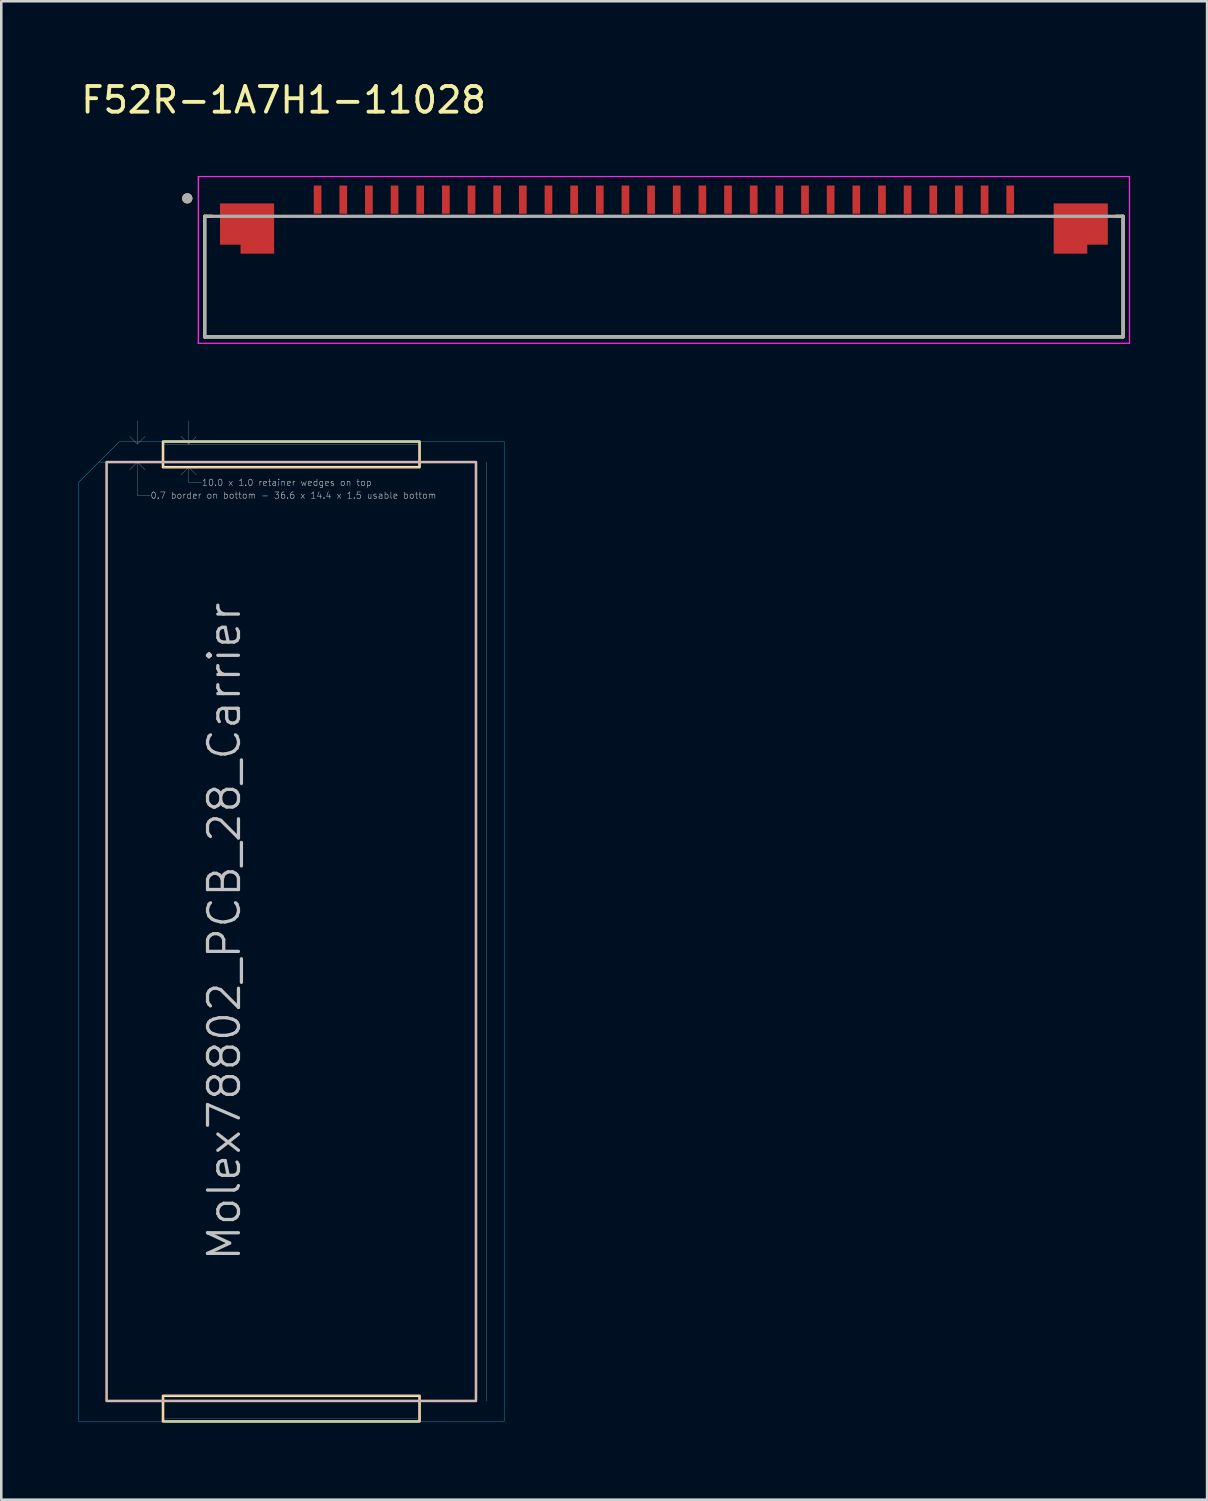
<source format=kicad_pcb>
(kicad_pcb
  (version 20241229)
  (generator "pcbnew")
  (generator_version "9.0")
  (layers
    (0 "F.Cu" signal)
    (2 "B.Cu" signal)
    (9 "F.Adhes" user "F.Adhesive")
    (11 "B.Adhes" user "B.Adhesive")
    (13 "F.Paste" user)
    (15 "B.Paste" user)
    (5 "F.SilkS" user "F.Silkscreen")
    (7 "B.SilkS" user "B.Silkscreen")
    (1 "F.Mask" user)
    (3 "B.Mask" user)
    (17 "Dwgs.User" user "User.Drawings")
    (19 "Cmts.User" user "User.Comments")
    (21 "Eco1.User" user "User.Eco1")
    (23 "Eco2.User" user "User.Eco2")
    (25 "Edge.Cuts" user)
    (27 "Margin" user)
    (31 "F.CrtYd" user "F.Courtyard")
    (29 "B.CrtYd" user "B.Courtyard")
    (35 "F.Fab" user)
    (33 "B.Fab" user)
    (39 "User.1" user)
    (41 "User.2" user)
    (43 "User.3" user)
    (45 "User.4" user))
  (footprint "F52R-1A7H1-11028"
    (layer "F.Cu")
    (at 22.831 7.733)
    (property "Reference" "F52R-1A7H1-11028" (at -14.825 -6.885 0) (layer "F.SilkS") (effects (font (size 1 1) (thickness 0.15))))
    (attr smd)
    (fp_poly (pts (xy -17.4 -2.95) (xy -17.4 -1.15) (xy -16.6 -1.15) (xy -16.6 -0.8) (xy -15.1 -0.8) (xy -15.1 -2.95)) (stroke (width 0.01) (type solid)) (fill yes) (layer "F.Mask"))
    (fp_poly (pts (xy 16.6 -0.8) (xy 15.1 -0.8) (xy 15.1 -2.95) (xy 17.4 -2.95) (xy 17.4 -1.15) (xy 16.6 -1.15)) (stroke (width 0.01) (type solid)) (fill yes) (layer "F.Mask"))
    (fp_line (start -17.9 -2.35) (end -17.62 -2.35) (stroke (width 0.127) (type solid)) (layer "F.SilkS"))
    (fp_line (start -17.9 2.35) (end -17.9 -2.35) (stroke (width 0.127) (type solid)) (layer "F.SilkS"))
    (fp_line (start 17.62 -2.35) (end 17.9 -2.35) (stroke (width 0.127) (type solid)) (layer "F.SilkS"))
    (fp_line (start 17.9 -2.35) (end 17.9 2.35) (stroke (width 0.127) (type solid)) (layer "F.SilkS"))
    (fp_line (start 17.9 2.35) (end -17.9 2.35) (stroke (width 0.127) (type solid)) (layer "F.SilkS"))
    (fp_circle (center -18.58 -3.05) (end -18.48 -3.05) (stroke (width 0.2) (type solid)) (fill no) (layer "F.SilkS"))
    (fp_poly (pts (xy -17.3 -2.85) (xy -17.3 -1.25) (xy -16.5 -1.25) (xy -16.5 -0.9) (xy -15.2 -0.9) (xy -15.2 -2.85)) (stroke (width 0.01) (type solid)) (fill yes) (layer "F.Paste"))
    (fp_poly (pts (xy 16.5 -0.9) (xy 15.2 -0.9) (xy 15.2 -2.85) (xy 17.3 -2.85) (xy 17.3 -1.25) (xy 16.5 -1.25)) (stroke (width 0.01) (type solid)) (fill yes) (layer "F.Paste"))
    (fp_line (start -18.15 -3.9) (end -18.15 2.6) (stroke (width 0.05) (type solid)) (layer "F.CrtYd"))
    (fp_line (start -18.15 2.6) (end 18.15 2.6) (stroke (width 0.05) (type solid)) (layer "F.CrtYd"))
    (fp_line (start 18.15 -3.9) (end -18.15 -3.9) (stroke (width 0.05) (type solid)) (layer "F.CrtYd"))
    (fp_line (start 18.15 2.6) (end 18.15 -3.9) (stroke (width 0.05) (type solid)) (layer "F.CrtYd"))
    (fp_line (start -17.9 -2.35) (end 17.9 -2.35) (stroke (width 0.127) (type solid)) (layer "F.Fab"))
    (fp_line (start -17.9 2.35) (end -17.9 -2.35) (stroke (width 0.127) (type solid)) (layer "F.Fab"))
    (fp_line (start 17.9 -2.35) (end 17.9 2.35) (stroke (width 0.127) (type solid)) (layer "F.Fab"))
    (fp_line (start 17.9 2.35) (end -17.9 2.35) (stroke (width 0.127) (type solid)) (layer "F.Fab"))
    (fp_circle (center -18.58 -3.05) (end -18.48 -3.05) (stroke (width 0.2) (type solid)) (fill no) (layer "F.Fab"))
    (pad "1" smd rect (at -13.5 -3) (size 0.3 1.1) (layers "F.Cu" "F.Mask" "F.Paste"))
    (pad "2" smd rect (at -12.5 -3) (size 0.3 1.1) (layers "F.Cu" "F.Mask" "F.Paste"))
    (pad "3" smd rect (at -11.5 -3) (size 0.3 1.1) (layers "F.Cu" "F.Mask" "F.Paste"))
    (pad "4" smd rect (at -10.5 -3) (size 0.3 1.1) (layers "F.Cu" "F.Mask" "F.Paste"))
    (pad "5" smd rect (at -9.5 -3) (size 0.3 1.1) (layers "F.Cu" "F.Mask" "F.Paste"))
    (pad "6" smd rect (at -8.5 -3) (size 0.3 1.1) (layers "F.Cu" "F.Mask" "F.Paste"))
    (pad "7" smd rect (at -7.5 -3) (size 0.3 1.1) (layers "F.Cu" "F.Mask" "F.Paste"))
    (pad "8" smd rect (at -6.5 -3) (size 0.3 1.1) (layers "F.Cu" "F.Mask" "F.Paste"))
    (pad "9" smd rect (at -5.5 -3) (size 0.3 1.1) (layers "F.Cu" "F.Mask" "F.Paste"))
    (pad "10" smd rect (at -4.5 -3) (size 0.3 1.1) (layers "F.Cu" "F.Mask" "F.Paste"))
    (pad "11" smd rect (at -3.5 -3) (size 0.3 1.1) (layers "F.Cu" "F.Mask" "F.Paste"))
    (pad "12" smd rect (at -2.5 -3) (size 0.3 1.1) (layers "F.Cu" "F.Mask" "F.Paste"))
    (pad "13" smd rect (at -1.5 -3) (size 0.3 1.1) (layers "F.Cu" "F.Mask" "F.Paste"))
    (pad "14" smd rect (at -0.5 -3) (size 0.3 1.1) (layers "F.Cu" "F.Mask" "F.Paste"))
    (pad "15" smd rect (at 0.5 -3) (size 0.3 1.1) (layers "F.Cu" "F.Mask" "F.Paste"))
    (pad "16" smd rect (at 1.5 -3) (size 0.3 1.1) (layers "F.Cu" "F.Mask" "F.Paste"))
    (pad "17" smd rect (at 2.5 -3) (size 0.3 1.1) (layers "F.Cu" "F.Mask" "F.Paste"))
    (pad "18" smd rect (at 3.5 -3) (size 0.3 1.1) (layers "F.Cu" "F.Mask" "F.Paste"))
    (pad "19" smd rect (at 4.5 -3) (size 0.3 1.1) (layers "F.Cu" "F.Mask" "F.Paste"))
    (pad "20" smd rect (at 5.5 -3) (size 0.3 1.1) (layers "F.Cu" "F.Mask" "F.Paste"))
    (pad "21" smd rect (at 6.5 -3) (size 0.3 1.1) (layers "F.Cu" "F.Mask" "F.Paste"))
    (pad "22" smd rect (at 7.5 -3) (size 0.3 1.1) (layers "F.Cu" "F.Mask" "F.Paste"))
    (pad "23" smd rect (at 8.5 -3) (size 0.3 1.1) (layers "F.Cu" "F.Mask" "F.Paste"))
    (pad "24" smd rect (at 9.5 -3) (size 0.3 1.1) (layers "F.Cu" "F.Mask" "F.Paste"))
    (pad "25" smd rect (at 10.5 -3) (size 0.3 1.1) (layers "F.Cu" "F.Mask" "F.Paste"))
    (pad "26" smd rect (at 11.5 -3) (size 0.3 1.1) (layers "F.Cu" "F.Mask" "F.Paste"))
    (pad "27" smd rect (at 12.5 -3) (size 0.3 1.1) (layers "F.Cu" "F.Mask" "F.Paste"))
    (pad "28" smd rect (at 13.5 -3) (size 0.3 1.1) (layers "F.Cu" "F.Mask" "F.Paste"))
    (pad "SH1" smd custom (at -16.25 -1.875) (size 0.6 0.6) (layers "F.Cu") (options (anchor rect)) (primitives (gr_poly (pts (xy -1.05 -0.975) (xy -1.05 0.625) (xy -0.25 0.625) (xy -0.25 0.975) (xy 1.05 0.975) (xy 1.05 -0.975)) (width 0.01) (fill yes))))
    (pad "SH2" smd custom (at 16.25 -1.875) (size 0.6 0.6) (layers "F.Cu") (options (anchor rect)) (primitives (gr_poly (pts (xy 0.25 0.975) (xy -1.05 0.975) (xy -1.05 -0.975) (xy 1.05 -0.975) (xy 1.05 0.625) (xy 0.25 0.625)) (width 0.01) (fill yes)))))
  (footprint "Molex78802_PCB_28_Carrier"
    (layer "F.Cu")
    (at 8.305 33.263)
    (property "Reference" "Molex78802_PCB_28_Carrier" (at -1.905 0 270) (layer "Dwgs.User") (effects (font (size 1.206 1.206) (thickness 0.127)) (justify bottom)))
    (attr exclude_from_pos_files exclude_from_bom)
    (fp_rect (start -5 -19.1) (end 5 -18.1) (stroke (width 0.1) (type solid)) (fill no) (layer "F.SilkS"))
    (fp_rect (start -5 18.1) (end 5 19.1) (stroke (width 0.1) (type solid)) (fill no) (layer "F.SilkS"))
    (fp_rect (start -7.2 -18.3) (end 7.2 18.3) (stroke (width 0.1) (type solid)) (fill no) (layer "B.SilkS"))
    (fp_line (start -6 -19) (end -6.3 -19.3) (stroke (width 0.01) (type solid)) (layer "Dwgs.User"))
    (fp_line (start -6 -19) (end -6 -19.9) (stroke (width 0.01) (type solid)) (layer "Dwgs.User"))
    (fp_line (start -6 -19) (end -5.7 -19.3) (stroke (width 0.01) (type solid)) (layer "Dwgs.User"))
    (fp_line (start -6 -18.3) (end -6.3 -18) (stroke (width 0.01) (type solid)) (layer "Dwgs.User"))
    (fp_line (start -6 -18.3) (end -6 -17) (stroke (width 0.01) (type solid)) (layer "Dwgs.User"))
    (fp_line (start -6 -18.3) (end -5.7 -18) (stroke (width 0.01) (type solid)) (layer "Dwgs.User"))
    (fp_line (start -6 -17) (end -5.5 -17) (stroke (width 0.01) (type solid)) (layer "Dwgs.User"))
    (fp_line (start -5 19) (end 5 19) (stroke (width 0.01) (type solid)) (layer "Dwgs.User"))
    (fp_line (start -4 -19) (end -4.3 -19.3) (stroke (width 0.01) (type solid)) (layer "Dwgs.User"))
    (fp_line (start -4 -19) (end -4 -19.9) (stroke (width 0.01) (type solid)) (layer "Dwgs.User"))
    (fp_line (start -4 -19) (end -3.7 -19.3) (stroke (width 0.01) (type solid)) (layer "Dwgs.User"))
    (fp_line (start -4 -18.1) (end -4.3 -17.8) (stroke (width 0.01) (type solid)) (layer "Dwgs.User"))
    (fp_line (start -4 -18.1) (end -4 -17.5) (stroke (width 0.01) (type solid)) (layer "Dwgs.User"))
    (fp_line (start -4 -18.1) (end -3.7 -17.8) (stroke (width 0.01) (type solid)) (layer "Dwgs.User"))
    (fp_line (start -4 -17.5) (end -3.5 -17.5) (stroke (width 0.01) (type solid)) (layer "Dwgs.User"))
    (fp_line (start 5 -19) (end -5 -19) (stroke (width 0.01) (type solid)) (layer "Dwgs.User"))
    (fp_line (start 7.6 -18.3) (end 7.6 18.3) (stroke (width 0.01) (type solid)) (layer "Dwgs.User"))
    (fp_poly (pts (xy -8.3 -17.5) (xy -6.7 -19.1) (xy -6.7 -18.3) (xy -7.2 -18.3) (xy -7.2 18.3) (xy 7.2 18.3) (xy 7.2 -18.3) (xy -6.7 -18.3) (xy -6.7 -19.1) (xy 8.3 -19.1) (xy 8.3 19.1) (xy -8.3 19.1)) (stroke (width 0.01) (type solid)) (fill no) (layer "B.CrtYd"))
    (fp_rect (start -5 -19.1) (end 5 -18.1) (stroke (width 0.01) (type solid)) (fill no) (layer "F.CrtYd"))
    (fp_rect (start -5 18.1) (end 5 19.1) (stroke (width 0.01) (type solid)) (fill no) (layer "F.CrtYd"))
    (fp_text user "0.7 border on bottom - 36.6 x 14.4 x 1.5 usable bottom" (at -5.5 -17 0) (layer "Dwgs.User") (effects (font (size 0.25 0.25) (thickness 0.02)) (justify left)))
    (fp_text user "10.0 x 1.0 retainer wedges on top" (at -3.5 -17.5 0) (layer "Dwgs.User") (effects (font (size 0.25 0.25) (thickness 0.02)) (justify left))))
  (gr_rect
    (start -3 -3)
    (end 44.006 55.413)
    (stroke (width 0.1) (type default))
    (fill no)
    (layer "Edge.Cuts")))
</source>
